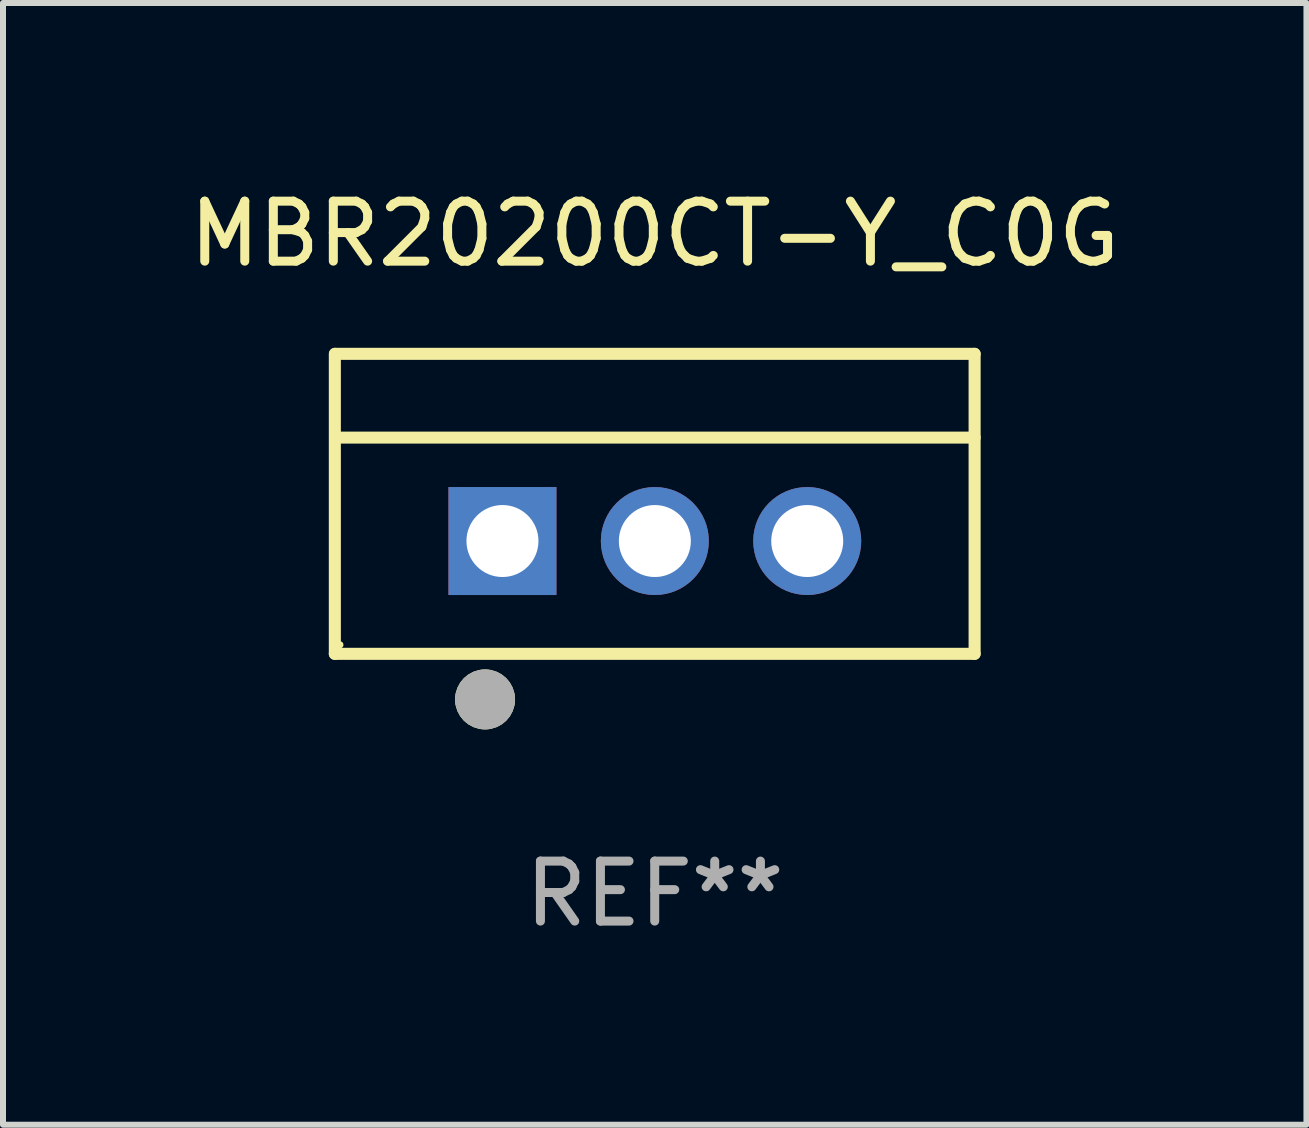
<source format=kicad_pcb>
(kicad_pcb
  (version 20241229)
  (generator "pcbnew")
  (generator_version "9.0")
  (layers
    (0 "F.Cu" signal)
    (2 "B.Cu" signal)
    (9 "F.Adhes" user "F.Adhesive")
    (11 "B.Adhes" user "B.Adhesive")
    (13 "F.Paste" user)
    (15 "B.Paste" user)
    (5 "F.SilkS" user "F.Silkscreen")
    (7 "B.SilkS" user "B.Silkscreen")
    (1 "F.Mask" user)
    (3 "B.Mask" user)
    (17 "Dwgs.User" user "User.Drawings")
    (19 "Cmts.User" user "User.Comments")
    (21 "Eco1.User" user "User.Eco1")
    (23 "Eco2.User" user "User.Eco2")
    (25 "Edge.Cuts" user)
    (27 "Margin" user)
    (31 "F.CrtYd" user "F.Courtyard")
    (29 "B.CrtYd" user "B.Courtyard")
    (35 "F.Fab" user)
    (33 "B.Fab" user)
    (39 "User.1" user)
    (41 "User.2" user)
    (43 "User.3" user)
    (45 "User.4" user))
  (footprint "MBR20200CT-Y_C0G"
    (layer "F.Cu")
    (at 7.863 5.348)
    (property "Reference" "MBR20200CT-Y_C0G" (at 0 -4.5 0) (layer "F.SilkS") (effects (font (size 1 1) (thickness 0.15))))
    (attr through_hole)
    (fp_line (start -5.332 2.5) (end -5.332 -2.5) (stroke (width 0.201) (type solid)) (layer "F.SilkS"))
    (fp_line (start -5.328 -2.5) (end 5.332 -2.5) (stroke (width 0.201) (type solid)) (layer "F.SilkS"))
    (fp_line (start -5.328 -1.104) (end 5.332 -1.104) (stroke (width 0.201) (type solid)) (layer "F.SilkS"))
    (fp_line (start 5.332 -2.5) (end 5.332 2.5) (stroke (width 0.201) (type solid)) (layer "F.SilkS"))
    (fp_line (start 5.332 2.5) (end -5.332 2.5) (stroke (width 0.201) (type solid)) (layer "F.SilkS"))
    (fp_circle (center -5.248 2.35) (end -5.218 2.35) (stroke (width 0.06) (type solid)) (fill no) (layer "F.SilkS"))
    (fp_circle (center -2.828 3.26) (end -2.578 3.26) (stroke (width 0.5) (type solid)) (fill no) (layer "F.SilkS"))
    (fp_circle (center -2.828 3.26) (end -2.578 3.26) (stroke (width 0.5) (type solid)) (fill no) (layer "F.Fab"))
    (fp_text user "REF**" (at 0 6.5 0) (layer "F.Fab") (effects (font (size 1 1) (thickness 0.15))))
    (pad "1" thru_hole rect (at -2.538 0.62) (size 1.8 1.8) (drill 1.2) (layers "*.Cu" "*.Mask"))
    (pad "2" thru_hole circle (at 0.002 0.62) (size 1.8 1.8) (drill 1.2) (layers "*.Cu" "*.Mask"))
    (pad "3" thru_hole circle (at 2.542 0.62) (size 1.8 1.8) (drill 1.2) (layers "*.Cu" "*.Mask")))
  (gr_rect
    (start -3 -3)
    (end 18.726 15.697)
    (stroke (width 0.1) (type default))
    (fill no)
    (layer "Edge.Cuts")))
</source>
